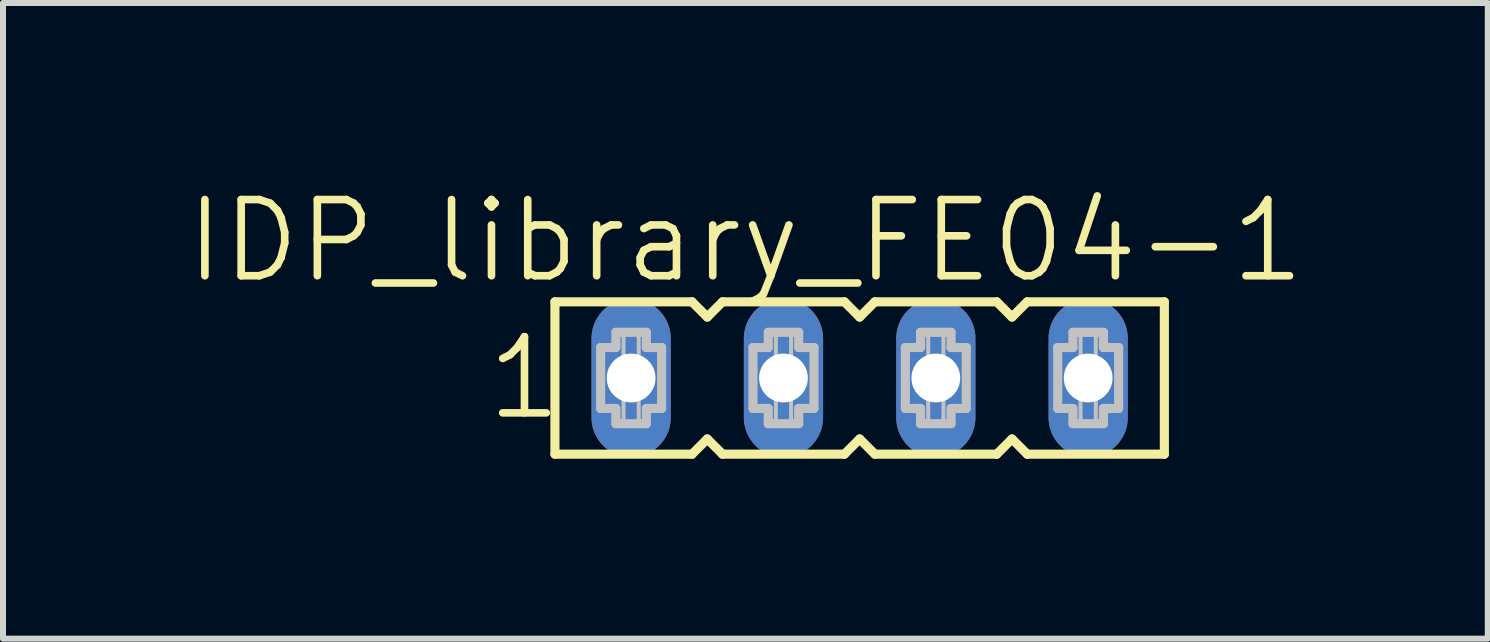
<source format=kicad_pcb>
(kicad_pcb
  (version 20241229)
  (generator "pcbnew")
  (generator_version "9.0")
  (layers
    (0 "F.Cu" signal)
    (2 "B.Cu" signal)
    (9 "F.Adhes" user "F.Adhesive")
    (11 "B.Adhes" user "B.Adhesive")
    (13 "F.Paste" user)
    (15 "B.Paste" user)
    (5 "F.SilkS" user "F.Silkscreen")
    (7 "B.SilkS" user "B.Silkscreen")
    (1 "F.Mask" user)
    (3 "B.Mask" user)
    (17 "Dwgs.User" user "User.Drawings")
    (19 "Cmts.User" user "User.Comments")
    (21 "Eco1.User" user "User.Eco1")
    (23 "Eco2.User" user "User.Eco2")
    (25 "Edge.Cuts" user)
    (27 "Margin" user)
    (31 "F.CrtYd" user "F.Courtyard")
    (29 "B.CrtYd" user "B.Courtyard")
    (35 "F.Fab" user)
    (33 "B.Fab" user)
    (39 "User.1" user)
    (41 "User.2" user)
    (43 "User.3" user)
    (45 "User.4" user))
  (footprint "IDP_library_FE04-1"
    (layer "F.Cu")
    (at 12.552 3.252)
    (property "Reference" "IDP_library_FE04-1" (at -3.175 -2.286 0) (layer "F.SilkS") (effects (font (size 1.27 1.27) (thickness 0.127))))
    (attr exclude_from_pos_files exclude_from_bom)
    (fp_line (start -6.35 -1.27) (end -6.35 1.27) (stroke (width 0.152) (type solid)) (layer "F.SilkS"))
    (fp_line (start -6.35 1.27) (end -4.064 1.27) (stroke (width 0.152) (type solid)) (layer "F.SilkS"))
    (fp_line (start -4.064 -1.27) (end -6.35 -1.27) (stroke (width 0.152) (type solid)) (layer "F.SilkS"))
    (fp_line (start -4.064 1.27) (end -3.81 1.016) (stroke (width 0.152) (type solid)) (layer "F.SilkS"))
    (fp_line (start -3.81 -1.016) (end -4.064 -1.27) (stroke (width 0.152) (type solid)) (layer "F.SilkS"))
    (fp_line (start -3.81 1.016) (end -3.556 1.27) (stroke (width 0.152) (type solid)) (layer "F.SilkS"))
    (fp_line (start -3.556 -1.27) (end -3.81 -1.016) (stroke (width 0.152) (type solid)) (layer "F.SilkS"))
    (fp_line (start -3.556 1.27) (end -1.524 1.27) (stroke (width 0.152) (type solid)) (layer "F.SilkS"))
    (fp_line (start -1.524 -1.27) (end -3.556 -1.27) (stroke (width 0.152) (type solid)) (layer "F.SilkS"))
    (fp_line (start -1.524 1.27) (end -1.27 1.016) (stroke (width 0.152) (type solid)) (layer "F.SilkS"))
    (fp_line (start -1.27 -1.016) (end -1.524 -1.27) (stroke (width 0.152) (type solid)) (layer "F.SilkS"))
    (fp_line (start -1.27 1.016) (end -1.016 1.27) (stroke (width 0.152) (type solid)) (layer "F.SilkS"))
    (fp_line (start -1.016 -1.27) (end -1.27 -1.016) (stroke (width 0.152) (type solid)) (layer "F.SilkS"))
    (fp_line (start -1.016 1.27) (end 1.016 1.27) (stroke (width 0.152) (type solid)) (layer "F.SilkS"))
    (fp_line (start 1.016 -1.27) (end -1.016 -1.27) (stroke (width 0.152) (type solid)) (layer "F.SilkS"))
    (fp_line (start 1.016 1.27) (end 1.27 1.016) (stroke (width 0.152) (type solid)) (layer "F.SilkS"))
    (fp_line (start 1.27 -1.016) (end 1.016 -1.27) (stroke (width 0.152) (type solid)) (layer "F.SilkS"))
    (fp_line (start 1.27 1.016) (end 1.524 1.27) (stroke (width 0.152) (type solid)) (layer "F.SilkS"))
    (fp_line (start 1.524 -1.27) (end 1.27 -1.016) (stroke (width 0.152) (type solid)) (layer "F.SilkS"))
    (fp_line (start 1.524 1.27) (end 3.81 1.27) (stroke (width 0.152) (type solid)) (layer "F.SilkS"))
    (fp_line (start 3.81 -1.27) (end 1.524 -1.27) (stroke (width 0.152) (type solid)) (layer "F.SilkS"))
    (fp_line (start 3.81 1.27) (end 3.81 -1.27) (stroke (width 0.152) (type solid)) (layer "F.SilkS"))
    (fp_line (start -5.588 -0.508) (end -5.588 0.508) (stroke (width 0.152) (type solid)) (layer "Dwgs.User"))
    (fp_line (start -5.588 0.508) (end -5.334 0.508) (stroke (width 0.152) (type solid)) (layer "Dwgs.User"))
    (fp_line (start -5.334 -0.762) (end -5.334 -0.508) (stroke (width 0.152) (type solid)) (layer "Dwgs.User"))
    (fp_line (start -5.334 -0.508) (end -5.588 -0.508) (stroke (width 0.152) (type solid)) (layer "Dwgs.User"))
    (fp_line (start -5.334 0.508) (end -5.334 0.762) (stroke (width 0.152) (type solid)) (layer "Dwgs.User"))
    (fp_line (start -5.334 0.762) (end -4.826 0.762) (stroke (width 0.152) (type solid)) (layer "Dwgs.User"))
    (fp_line (start -5.207 -0.762) (end -4.953 -0.762) (stroke (width 0.066) (type solid)) (layer "Dwgs.User"))
    (fp_line (start -5.207 -0.254) (end -5.207 -0.762) (stroke (width 0.066) (type solid)) (layer "Dwgs.User"))
    (fp_line (start -5.207 -0.254) (end -4.953 -0.254) (stroke (width 0.066) (type solid)) (layer "Dwgs.User"))
    (fp_line (start -5.207 0.254) (end -4.953 0.254) (stroke (width 0.066) (type solid)) (layer "Dwgs.User"))
    (fp_line (start -5.207 0.762) (end -5.207 0.254) (stroke (width 0.066) (type solid)) (layer "Dwgs.User"))
    (fp_line (start -5.207 0.762) (end -4.953 0.762) (stroke (width 0.066) (type solid)) (layer "Dwgs.User"))
    (fp_line (start -4.953 -0.254) (end -4.953 -0.762) (stroke (width 0.066) (type solid)) (layer "Dwgs.User"))
    (fp_line (start -4.953 0.762) (end -4.953 0.254) (stroke (width 0.066) (type solid)) (layer "Dwgs.User"))
    (fp_line (start -4.826 -0.762) (end -5.334 -0.762) (stroke (width 0.152) (type solid)) (layer "Dwgs.User"))
    (fp_line (start -4.826 -0.508) (end -4.826 -0.762) (stroke (width 0.152) (type solid)) (layer "Dwgs.User"))
    (fp_line (start -4.826 0.508) (end -4.572 0.508) (stroke (width 0.152) (type solid)) (layer "Dwgs.User"))
    (fp_line (start -4.826 0.762) (end -4.826 0.508) (stroke (width 0.152) (type solid)) (layer "Dwgs.User"))
    (fp_line (start -4.572 -0.508) (end -4.826 -0.508) (stroke (width 0.152) (type solid)) (layer "Dwgs.User"))
    (fp_line (start -4.572 0.508) (end -4.572 -0.508) (stroke (width 0.152) (type solid)) (layer "Dwgs.User"))
    (fp_line (start -3.048 -0.508) (end -3.048 0.508) (stroke (width 0.152) (type solid)) (layer "Dwgs.User"))
    (fp_line (start -3.048 0.508) (end -2.794 0.508) (stroke (width 0.152) (type solid)) (layer "Dwgs.User"))
    (fp_line (start -2.794 -0.762) (end -2.794 -0.508) (stroke (width 0.152) (type solid)) (layer "Dwgs.User"))
    (fp_line (start -2.794 -0.508) (end -3.048 -0.508) (stroke (width 0.152) (type solid)) (layer "Dwgs.User"))
    (fp_line (start -2.794 0.508) (end -2.794 0.762) (stroke (width 0.152) (type solid)) (layer "Dwgs.User"))
    (fp_line (start -2.794 0.762) (end -2.286 0.762) (stroke (width 0.152) (type solid)) (layer "Dwgs.User"))
    (fp_line (start -2.667 -0.762) (end -2.413 -0.762) (stroke (width 0.066) (type solid)) (layer "Dwgs.User"))
    (fp_line (start -2.667 -0.254) (end -2.667 -0.762) (stroke (width 0.066) (type solid)) (layer "Dwgs.User"))
    (fp_line (start -2.667 -0.254) (end -2.413 -0.254) (stroke (width 0.066) (type solid)) (layer "Dwgs.User"))
    (fp_line (start -2.667 0.254) (end -2.413 0.254) (stroke (width 0.066) (type solid)) (layer "Dwgs.User"))
    (fp_line (start -2.667 0.762) (end -2.667 0.254) (stroke (width 0.066) (type solid)) (layer "Dwgs.User"))
    (fp_line (start -2.667 0.762) (end -2.413 0.762) (stroke (width 0.066) (type solid)) (layer "Dwgs.User"))
    (fp_line (start -2.413 -0.254) (end -2.413 -0.762) (stroke (width 0.066) (type solid)) (layer "Dwgs.User"))
    (fp_line (start -2.413 0.762) (end -2.413 0.254) (stroke (width 0.066) (type solid)) (layer "Dwgs.User"))
    (fp_line (start -2.286 -0.762) (end -2.794 -0.762) (stroke (width 0.152) (type solid)) (layer "Dwgs.User"))
    (fp_line (start -2.286 -0.508) (end -2.286 -0.762) (stroke (width 0.152) (type solid)) (layer "Dwgs.User"))
    (fp_line (start -2.286 0.508) (end -2.032 0.508) (stroke (width 0.152) (type solid)) (layer "Dwgs.User"))
    (fp_line (start -2.286 0.762) (end -2.286 0.508) (stroke (width 0.152) (type solid)) (layer "Dwgs.User"))
    (fp_line (start -2.032 -0.508) (end -2.286 -0.508) (stroke (width 0.152) (type solid)) (layer "Dwgs.User"))
    (fp_line (start -2.032 0.508) (end -2.032 -0.508) (stroke (width 0.152) (type solid)) (layer "Dwgs.User"))
    (fp_line (start -0.508 -0.508) (end -0.508 0.508) (stroke (width 0.152) (type solid)) (layer "Dwgs.User"))
    (fp_line (start -0.508 0.508) (end -0.254 0.508) (stroke (width 0.152) (type solid)) (layer "Dwgs.User"))
    (fp_line (start -0.254 -0.762) (end -0.254 -0.508) (stroke (width 0.152) (type solid)) (layer "Dwgs.User"))
    (fp_line (start -0.254 -0.508) (end -0.508 -0.508) (stroke (width 0.152) (type solid)) (layer "Dwgs.User"))
    (fp_line (start -0.254 0.508) (end -0.254 0.762) (stroke (width 0.152) (type solid)) (layer "Dwgs.User"))
    (fp_line (start -0.254 0.762) (end 0.254 0.762) (stroke (width 0.152) (type solid)) (layer "Dwgs.User"))
    (fp_line (start -0.127 -0.762) (end 0.127 -0.762) (stroke (width 0.066) (type solid)) (layer "Dwgs.User"))
    (fp_line (start -0.127 -0.254) (end -0.127 -0.762) (stroke (width 0.066) (type solid)) (layer "Dwgs.User"))
    (fp_line (start -0.127 -0.254) (end 0.127 -0.254) (stroke (width 0.066) (type solid)) (layer "Dwgs.User"))
    (fp_line (start -0.127 0.254) (end 0.127 0.254) (stroke (width 0.066) (type solid)) (layer "Dwgs.User"))
    (fp_line (start -0.127 0.762) (end -0.127 0.254) (stroke (width 0.066) (type solid)) (layer "Dwgs.User"))
    (fp_line (start -0.127 0.762) (end 0.127 0.762) (stroke (width 0.066) (type solid)) (layer "Dwgs.User"))
    (fp_line (start 0.127 -0.254) (end 0.127 -0.762) (stroke (width 0.066) (type solid)) (layer "Dwgs.User"))
    (fp_line (start 0.127 0.762) (end 0.127 0.254) (stroke (width 0.066) (type solid)) (layer "Dwgs.User"))
    (fp_line (start 0.254 -0.762) (end -0.254 -0.762) (stroke (width 0.152) (type solid)) (layer "Dwgs.User"))
    (fp_line (start 0.254 -0.508) (end 0.254 -0.762) (stroke (width 0.152) (type solid)) (layer "Dwgs.User"))
    (fp_line (start 0.254 0.508) (end 0.508 0.508) (stroke (width 0.152) (type solid)) (layer "Dwgs.User"))
    (fp_line (start 0.254 0.762) (end 0.254 0.508) (stroke (width 0.152) (type solid)) (layer "Dwgs.User"))
    (fp_line (start 0.508 -0.508) (end 0.254 -0.508) (stroke (width 0.152) (type solid)) (layer "Dwgs.User"))
    (fp_line (start 0.508 0.508) (end 0.508 -0.508) (stroke (width 0.152) (type solid)) (layer "Dwgs.User"))
    (fp_line (start 2.032 -0.508) (end 2.032 0.508) (stroke (width 0.152) (type solid)) (layer "Dwgs.User"))
    (fp_line (start 2.032 0.508) (end 2.286 0.508) (stroke (width 0.152) (type solid)) (layer "Dwgs.User"))
    (fp_line (start 2.286 -0.762) (end 2.286 -0.508) (stroke (width 0.152) (type solid)) (layer "Dwgs.User"))
    (fp_line (start 2.286 -0.508) (end 2.032 -0.508) (stroke (width 0.152) (type solid)) (layer "Dwgs.User"))
    (fp_line (start 2.286 0.508) (end 2.286 0.762) (stroke (width 0.152) (type solid)) (layer "Dwgs.User"))
    (fp_line (start 2.286 0.762) (end 2.794 0.762) (stroke (width 0.152) (type solid)) (layer "Dwgs.User"))
    (fp_line (start 2.413 -0.762) (end 2.667 -0.762) (stroke (width 0.066) (type solid)) (layer "Dwgs.User"))
    (fp_line (start 2.413 -0.254) (end 2.413 -0.762) (stroke (width 0.066) (type solid)) (layer "Dwgs.User"))
    (fp_line (start 2.413 -0.254) (end 2.667 -0.254) (stroke (width 0.066) (type solid)) (layer "Dwgs.User"))
    (fp_line (start 2.413 0.254) (end 2.667 0.254) (stroke (width 0.066) (type solid)) (layer "Dwgs.User"))
    (fp_line (start 2.413 0.762) (end 2.413 0.254) (stroke (width 0.066) (type solid)) (layer "Dwgs.User"))
    (fp_line (start 2.413 0.762) (end 2.667 0.762) (stroke (width 0.066) (type solid)) (layer "Dwgs.User"))
    (fp_line (start 2.667 -0.254) (end 2.667 -0.762) (stroke (width 0.066) (type solid)) (layer "Dwgs.User"))
    (fp_line (start 2.667 0.762) (end 2.667 0.254) (stroke (width 0.066) (type solid)) (layer "Dwgs.User"))
    (fp_line (start 2.794 -0.762) (end 2.286 -0.762) (stroke (width 0.152) (type solid)) (layer "Dwgs.User"))
    (fp_line (start 2.794 -0.508) (end 2.794 -0.762) (stroke (width 0.152) (type solid)) (layer "Dwgs.User"))
    (fp_line (start 2.794 0.508) (end 3.048 0.508) (stroke (width 0.152) (type solid)) (layer "Dwgs.User"))
    (fp_line (start 2.794 0.762) (end 2.794 0.508) (stroke (width 0.152) (type solid)) (layer "Dwgs.User"))
    (fp_line (start 3.048 -0.508) (end 2.794 -0.508) (stroke (width 0.152) (type solid)) (layer "Dwgs.User"))
    (fp_line (start 3.048 0.508) (end 3.048 -0.508) (stroke (width 0.152) (type solid)) (layer "Dwgs.User"))
    (fp_text user "1" (at -6.858 0 0) (layer "F.SilkS") (effects (font (size 1.27 1.27) (thickness 0.127))))
    (pad "1" thru_hole oval (at -5.08 0 180) (size 1.321 2.642) (drill 0.813) (layers "*.Cu" "*.Paste" "*.Mask"))
    (pad "2" thru_hole oval (at -2.54 0 180) (size 1.321 2.642) (drill 0.813) (layers "*.Cu" "*.Paste" "*.Mask"))
    (pad "3" thru_hole oval (at 0 0 180) (size 1.321 2.642) (drill 0.813) (layers "*.Cu" "*.Paste" "*.Mask"))
    (pad "4" thru_hole oval (at 2.54 0 180) (size 1.321 2.642) (drill 0.813) (layers "*.Cu" "*.Paste" "*.Mask")))
  (gr_rect
    (start -3 -3)
    (end 21.754 7.598)
    (stroke (width 0.1) (type default))
    (fill no)
    (layer "Edge.Cuts")))
</source>
